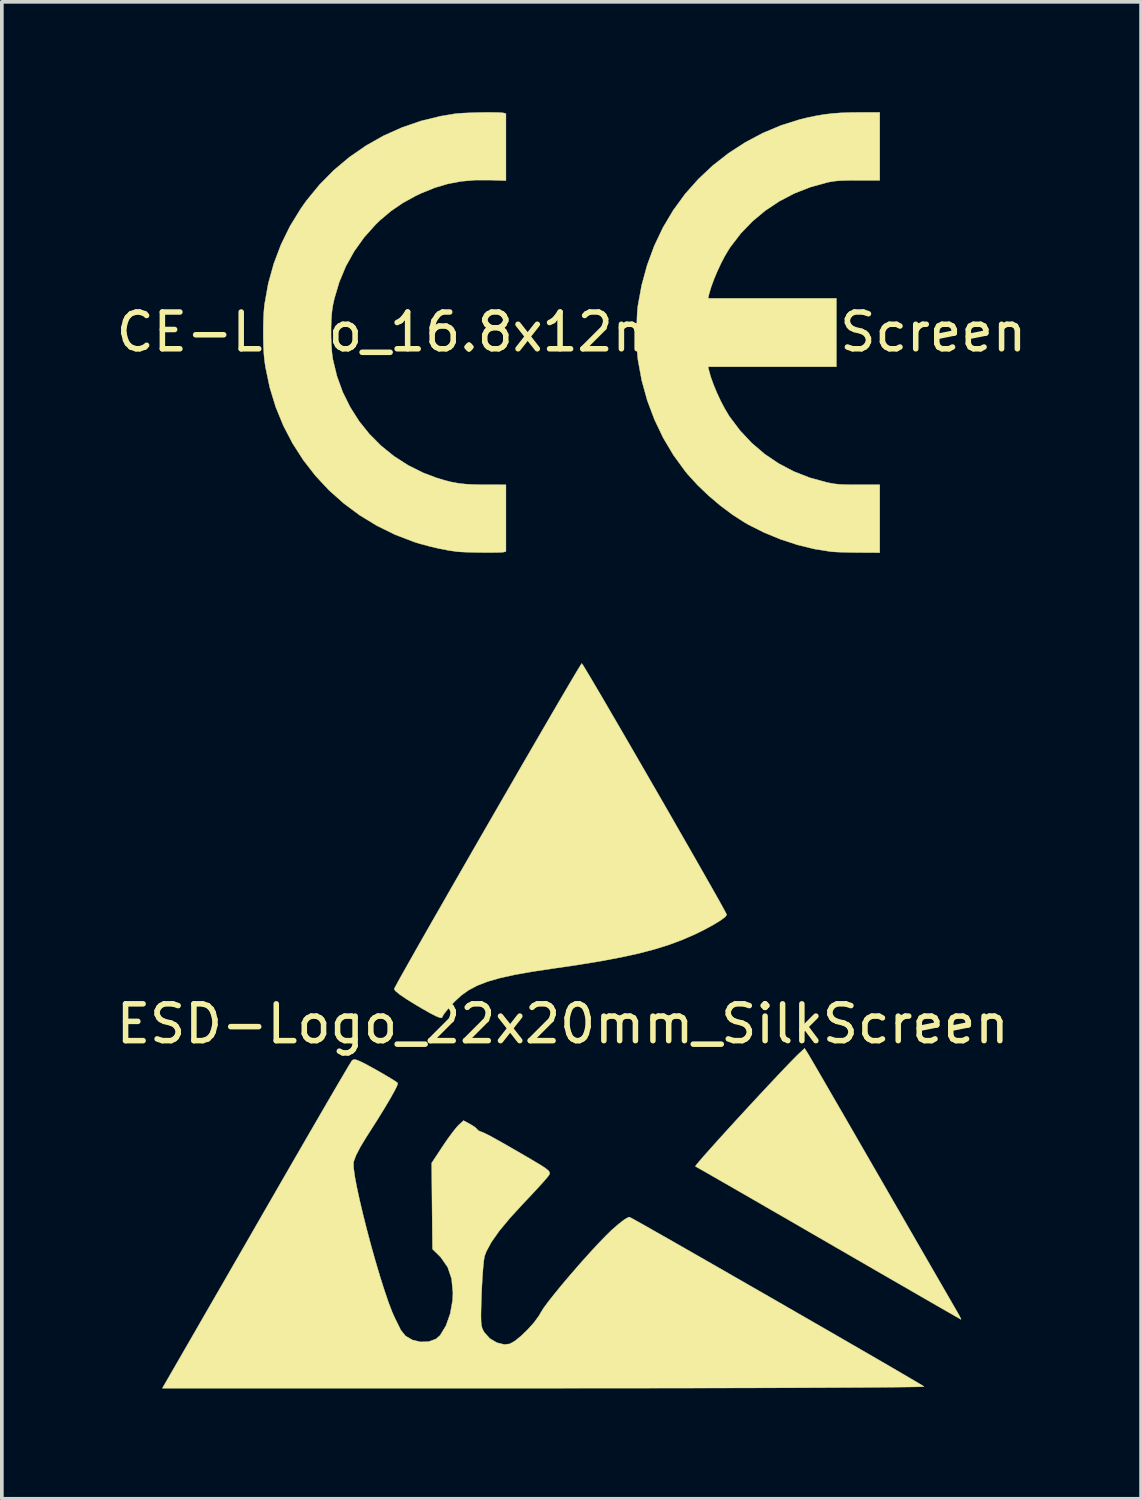
<source format=kicad_pcb>
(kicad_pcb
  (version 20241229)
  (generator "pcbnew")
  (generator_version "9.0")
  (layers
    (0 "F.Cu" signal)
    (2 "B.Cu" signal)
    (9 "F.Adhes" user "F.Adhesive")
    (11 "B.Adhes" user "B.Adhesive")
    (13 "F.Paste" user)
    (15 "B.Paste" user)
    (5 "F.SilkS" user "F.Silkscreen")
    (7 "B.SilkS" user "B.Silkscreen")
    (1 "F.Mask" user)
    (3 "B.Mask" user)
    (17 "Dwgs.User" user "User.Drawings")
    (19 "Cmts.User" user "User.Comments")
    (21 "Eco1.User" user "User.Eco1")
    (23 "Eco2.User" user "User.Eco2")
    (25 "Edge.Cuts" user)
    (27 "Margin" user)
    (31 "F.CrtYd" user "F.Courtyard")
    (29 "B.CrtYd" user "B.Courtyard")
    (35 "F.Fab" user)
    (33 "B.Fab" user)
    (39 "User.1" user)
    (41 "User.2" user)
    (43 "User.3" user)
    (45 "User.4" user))
  (footprint "CE-Logo_16.8x12mm_SilkScreen"
    (layer "F.Cu")
    (at 12.482 5.975)
    (property "Reference" "CE-Logo_16.8x12mm_SilkScreen" (at 0 0 0) (layer "F.SilkS") (effects (font (size 1 1) (thickness 0.15))))
    (attr exclude_from_pos_files exclude_from_bom allow_missing_courtyard)
    (fp_poly (pts (xy -2.1 -5.969) (xy -1.972 -5.966) (xy -1.88 -5.96) (xy -1.84 -5.954) (xy -1.781 -5.938) (xy -1.781 -4.116) (xy -2.195 -4.13) (xy -2.611 -4.13) (xy -2.995 -4.097) (xy -3.36 -4.028) (xy -3.718 -3.921) (xy -4.079 -3.775) (xy -4.229 -3.704) (xy -4.586 -3.508) (xy -4.908 -3.287) (xy -5.21 -3.032) (xy -5.327 -2.918) (xy -5.637 -2.571) (xy -5.906 -2.194) (xy -6.131 -1.789) (xy -6.311 -1.357) (xy -6.446 -0.903) (xy -6.486 -0.72) (xy -6.51 -0.554) (xy -6.526 -0.35) (xy -6.534 -0.123) (xy -6.534 0.113) (xy -6.526 0.344) (xy -6.51 0.555) (xy -6.487 0.733) (xy -6.484 0.746) (xy -6.374 1.199) (xy -6.217 1.631) (xy -6.015 2.039) (xy -5.773 2.421) (xy -5.491 2.773) (xy -5.173 3.092) (xy -4.821 3.376) (xy -4.438 3.622) (xy -4.027 3.827) (xy -3.663 3.964) (xy -3.459 4.026) (xy -3.272 4.074) (xy -3.088 4.108) (xy -2.896 4.131) (xy -2.682 4.144) (xy -2.433 4.149) (xy -2.324 4.15) (xy -1.781 4.149) (xy -1.781 5.964) (xy -1.84 5.98) (xy -1.89 5.986) (xy -1.983 5.99) (xy -2.109 5.992) (xy -2.259 5.993) (xy -2.422 5.992) (xy -2.591 5.99) (xy -2.753 5.986) (xy -2.902 5.981) (xy -3.025 5.975) (xy -3.115 5.968) (xy -3.116 5.967) (xy -3.34 5.935) (xy -3.592 5.886) (xy -3.855 5.825) (xy -4.107 5.757) (xy -4.268 5.708) (xy -4.791 5.508) (xy -5.287 5.264) (xy -5.754 4.98) (xy -6.19 4.656) (xy -6.593 4.297) (xy -6.96 3.903) (xy -7.29 3.478) (xy -7.581 3.024) (xy -7.831 2.543) (xy -8.038 2.037) (xy -8.2 1.509) (xy -8.315 0.961) (xy -8.341 0.786) (xy -8.358 0.618) (xy -8.37 0.412) (xy -8.376 0.182) (xy -8.377 -0.058) (xy -8.373 -0.293) (xy -8.364 -0.511) (xy -8.349 -0.696) (xy -8.341 -0.759) (xy -8.241 -1.319) (xy -8.091 -1.859) (xy -7.894 -2.38) (xy -7.649 -2.879) (xy -7.357 -3.355) (xy -7.201 -3.574) (xy -6.848 -4.005) (xy -6.46 -4.398) (xy -6.04 -4.751) (xy -5.59 -5.063) (xy -5.113 -5.333) (xy -4.612 -5.558) (xy -4.089 -5.738) (xy -3.547 -5.87) (xy -3.169 -5.933) (xy -3.065 -5.943) (xy -2.929 -5.952) (xy -2.77 -5.959) (xy -2.598 -5.965) (xy -2.422 -5.969) (xy -2.253 -5.97) (xy -2.1 -5.969)) (stroke (width 0.01) (type solid)) (fill yes) (layer "F.SilkS"))
    (fp_poly (pts (xy 8.379 -4.124) (xy 7.797 -4.124) (xy 7.595 -4.123) (xy 7.435 -4.12) (xy 7.308 -4.115) (xy 7.202 -4.107) (xy 7.108 -4.095) (xy 7.016 -4.079) (xy 6.948 -4.065) (xy 6.493 -3.939) (xy 6.059 -3.769) (xy 5.65 -3.555) (xy 5.268 -3.301) (xy 4.917 -3.008) (xy 4.601 -2.679) (xy 4.323 -2.317) (xy 4.275 -2.244) (xy 4.172 -2.072) (xy 4.067 -1.871) (xy 3.966 -1.655) (xy 3.875 -1.438) (xy 3.799 -1.232) (xy 3.745 -1.052) (xy 3.733 -1.002) (xy 3.714 -0.916) (xy 7.201 -0.916) (xy 7.201 0.943) (xy 3.714 0.943) (xy 3.733 1.028) (xy 3.782 1.209) (xy 3.857 1.418) (xy 3.949 1.643) (xy 4.054 1.868) (xy 4.166 2.081) (xy 4.277 2.268) (xy 4.296 2.297) (xy 4.581 2.676) (xy 4.9 3.016) (xy 5.251 3.316) (xy 5.634 3.574) (xy 6.044 3.79) (xy 6.482 3.961) (xy 6.944 4.087) (xy 6.955 4.089) (xy 7.06 4.11) (xy 7.155 4.126) (xy 7.254 4.137) (xy 7.365 4.144) (xy 7.5 4.148) (xy 7.67 4.15) (xy 7.81 4.15) (xy 8.379 4.15) (xy 8.379 5.996) (xy 7.81 5.993) (xy 7.628 5.991) (xy 7.45 5.987) (xy 7.288 5.982) (xy 7.154 5.976) (xy 7.058 5.969) (xy 7.044 5.967) (xy 6.598 5.896) (xy 6.139 5.783) (xy 5.68 5.632) (xy 5.233 5.448) (xy 4.811 5.236) (xy 4.7 5.172) (xy 4.377 4.964) (xy 4.048 4.718) (xy 3.728 4.447) (xy 3.429 4.161) (xy 3.164 3.871) (xy 3.092 3.784) (xy 2.772 3.345) (xy 2.493 2.875) (xy 2.255 2.377) (xy 2.06 1.858) (xy 1.911 1.32) (xy 1.809 0.77) (xy 1.804 0.733) (xy 1.791 0.591) (xy 1.781 0.412) (xy 1.775 0.208) (xy 1.773 -0.008) (xy 1.776 -0.222) (xy 1.782 -0.421) (xy 1.792 -0.592) (xy 1.804 -0.707) (xy 1.907 -1.271) (xy 2.056 -1.816) (xy 2.249 -2.34) (xy 2.486 -2.839) (xy 2.765 -3.309) (xy 3.085 -3.748) (xy 3.092 -3.757) (xy 3.449 -4.158) (xy 3.843 -4.528) (xy 4.269 -4.861) (xy 4.724 -5.156) (xy 5.201 -5.409) (xy 5.696 -5.617) (xy 6.204 -5.777) (xy 6.403 -5.826) (xy 6.648 -5.877) (xy 6.876 -5.915) (xy 7.101 -5.942) (xy 7.338 -5.959) (xy 7.602 -5.968) (xy 7.823 -5.97) (xy 8.379 -5.97) (xy 8.379 -4.124)) (stroke (width 0.01) (type solid)) (fill yes) (layer "F.SilkS")))
  (footprint "ESD-Logo_22x20mm_SilkScreen"
    (layer "F.Cu")
    (at 12.244 24.779)
    (property "Reference" "ESD-Logo_22x20mm_SilkScreen" (at 0 0 0) (layer "F.SilkS") (effects (font (size 1 1) (thickness 0.15))))
    (attr exclude_from_pos_files exclude_from_bom allow_missing_courtyard)
    (fp_poly (pts (xy 6.652 0.785) (xy 6.69 0.849) (xy 6.776 0.995) (xy 6.905 1.217) (xy 7.073 1.506) (xy 7.275 1.856) (xy 7.509 2.26) (xy 7.769 2.709) (xy 8.05 3.197) (xy 8.35 3.716) (xy 8.659 4.251) (xy 8.973 4.797) (xy 9.276 5.321) (xy 9.561 5.815) (xy 9.825 6.273) (xy 10.063 6.686) (xy 10.272 7.047) (xy 10.446 7.348) (xy 10.58 7.581) (xy 10.672 7.74) (xy 10.715 7.814) (xy 10.786 7.94) (xy 10.824 8.019) (xy 10.826 8.032) (xy 10.779 8.007) (xy 10.65 7.933) (xy 10.444 7.815) (xy 10.169 7.657) (xy 9.831 7.462) (xy 9.438 7.235) (xy 8.995 6.98) (xy 8.51 6.7) (xy 7.99 6.399) (xy 7.44 6.081) (xy 7.231 5.96) (xy 6.672 5.637) (xy 6.139 5.328) (xy 5.637 5.039) (xy 5.176 4.772) (xy 4.76 4.533) (xy 4.397 4.324) (xy 4.094 4.15) (xy 3.858 4.015) (xy 3.696 3.923) (xy 3.614 3.877) (xy 3.605 3.872) (xy 3.63 3.833) (xy 3.717 3.728) (xy 3.858 3.566) (xy 4.042 3.359) (xy 4.262 3.114) (xy 4.509 2.842) (xy 4.773 2.553) (xy 5.046 2.257) (xy 5.319 1.962) (xy 5.583 1.679) (xy 5.829 1.417) (xy 6.048 1.186) (xy 6.231 0.996) (xy 6.369 0.857) (xy 6.417 0.811) (xy 6.574 0.663) (xy 6.652 0.785)) (stroke (width 0.01) (type solid)) (fill yes) (layer "F.SilkS"))
    (fp_poly (pts (xy 0.549 -9.754) (xy 0.626 -9.628) (xy 0.745 -9.43) (xy 0.9 -9.167) (xy 1.088 -8.848) (xy 1.302 -8.48) (xy 1.539 -8.074) (xy 1.793 -7.636) (xy 2.059 -7.176) (xy 2.333 -6.702) (xy 2.61 -6.222) (xy 2.885 -5.745) (xy 3.152 -5.279) (xy 3.408 -4.833) (xy 3.647 -4.415) (xy 3.864 -4.034) (xy 4.055 -3.698) (xy 4.215 -3.415) (xy 4.338 -3.194) (xy 4.42 -3.043) (xy 4.457 -2.971) (xy 4.458 -2.966) (xy 4.413 -2.905) (xy 4.288 -2.812) (xy 4.097 -2.695) (xy 3.857 -2.565) (xy 3.605 -2.44) (xy 3.262 -2.29) (xy 2.901 -2.155) (xy 2.51 -2.032) (xy 2.077 -1.918) (xy 1.589 -1.811) (xy 1.033 -1.706) (xy 0.398 -1.602) (xy -0.259 -1.506) (xy -0.831 -1.42) (xy -1.31 -1.335) (xy -1.71 -1.246) (xy -2.043 -1.15) (xy -2.32 -1.043) (xy -2.554 -0.919) (xy -2.756 -0.775) (xy -2.939 -0.606) (xy -2.998 -0.544) (xy -3.126 -0.398) (xy -3.221 -0.279) (xy -3.265 -0.209) (xy -3.266 -0.203) (xy -3.281 -0.168) (xy -3.334 -0.168) (xy -3.436 -0.207) (xy -3.598 -0.29) (xy -3.83 -0.422) (xy -3.991 -0.517) (xy -4.232 -0.665) (xy -4.419 -0.792) (xy -4.54 -0.889) (xy -4.582 -0.946) (xy -4.582 -0.946) (xy -4.555 -1.001) (xy -4.482 -1.137) (xy -4.365 -1.347) (xy -4.209 -1.624) (xy -4.019 -1.961) (xy -3.798 -2.349) (xy -3.551 -2.783) (xy -3.281 -3.253) (xy -2.995 -3.754) (xy -2.695 -4.276) (xy -2.386 -4.814) (xy -2.072 -5.359) (xy -1.757 -5.905) (xy -1.446 -6.443) (xy -1.144 -6.967) (xy -0.853 -7.468) (xy -0.579 -7.94) (xy -0.326 -8.375) (xy -0.098 -8.766) (xy 0.101 -9.105) (xy 0.266 -9.385) (xy 0.393 -9.598) (xy 0.478 -9.738) (xy 0.517 -9.796) (xy 0.519 -9.797) (xy 0.549 -9.754)) (stroke (width 0.01) (type solid)) (fill yes) (layer "F.SilkS"))
    (fp_poly (pts (xy -5.616 0.974) (xy -5.507 1.017) (xy -5.341 1.1) (xy -5.103 1.231) (xy -5.084 1.242) (xy -4.865 1.367) (xy -4.68 1.477) (xy -4.547 1.56) (xy -4.485 1.606) (xy -4.483 1.608) (xy -4.498 1.671) (xy -4.567 1.813) (xy -4.685 2.024) (xy -4.848 2.299) (xy -5.051 2.628) (xy -5.291 3.004) (xy -5.35 3.096) (xy -5.505 3.353) (xy -5.618 3.573) (xy -5.679 3.738) (xy -5.685 3.77) (xy -5.683 3.914) (xy -5.652 4.141) (xy -5.596 4.438) (xy -5.52 4.789) (xy -5.427 5.181) (xy -5.322 5.598) (xy -5.208 6.027) (xy -5.088 6.452) (xy -4.967 6.859) (xy -4.849 7.233) (xy -4.738 7.56) (xy -4.637 7.825) (xy -4.567 7.983) (xy -4.484 8.151) (xy -4.405 8.311) (xy -4.401 8.32) (xy -4.272 8.482) (xy -4.083 8.591) (xy -3.863 8.643) (xy -3.64 8.635) (xy -3.443 8.562) (xy -3.333 8.466) (xy -3.173 8.202) (xy -3.057 7.873) (xy -2.993 7.513) (xy -2.984 7.309) (xy -3.02 6.928) (xy -3.127 6.612) (xy -3.311 6.347) (xy -3.368 6.288) (xy -3.539 6.122) (xy -3.551 4.951) (xy -3.562 3.78) (xy -3.264 3.329) (xy -3.124 3.124) (xy -2.989 2.94) (xy -2.879 2.803) (xy -2.831 2.752) (xy -2.697 2.627) (xy -2.515 2.725) (xy -2.4 2.795) (xy -2.337 2.85) (xy -2.333 2.859) (xy -2.29 2.901) (xy -2.216 2.932) (xy -2.145 2.96) (xy -2.036 3.013) (xy -1.88 3.096) (xy -1.667 3.215) (xy -1.389 3.374) (xy -1.035 3.579) (xy -0.843 3.691) (xy -0.617 3.826) (xy -0.469 3.921) (xy -0.385 3.99) (xy -0.353 4.042) (xy -0.36 4.088) (xy -0.365 4.099) (xy -0.417 4.168) (xy -0.528 4.296) (xy -0.686 4.47) (xy -0.877 4.676) (xy -1.042 4.85) (xy -1.422 5.263) (xy -1.72 5.621) (xy -1.937 5.928) (xy -2.077 6.187) (xy -2.125 6.319) (xy -2.144 6.434) (xy -2.164 6.63) (xy -2.183 6.885) (xy -2.199 7.177) (xy -2.207 7.361) (xy -2.217 7.679) (xy -2.222 7.912) (xy -2.219 8.078) (xy -2.208 8.193) (xy -2.187 8.276) (xy -2.154 8.345) (xy -2.128 8.388) (xy -1.98 8.551) (xy -1.789 8.664) (xy -1.587 8.714) (xy -1.437 8.696) (xy -1.3 8.618) (xy -1.129 8.479) (xy -0.947 8.303) (xy -0.779 8.115) (xy -0.648 7.937) (xy -0.599 7.852) (xy -0.527 7.734) (xy -0.396 7.555) (xy -0.217 7.329) (xy -0.004 7.069) (xy 0.233 6.79) (xy 0.481 6.505) (xy 0.728 6.229) (xy 0.963 5.975) (xy 1.172 5.758) (xy 1.336 5.598) (xy 1.519 5.439) (xy 1.672 5.321) (xy 1.78 5.258) (xy 1.816 5.251) (xy 1.87 5.279) (xy 2.007 5.355) (xy 2.218 5.473) (xy 2.494 5.63) (xy 2.829 5.82) (xy 3.214 6.04) (xy 3.642 6.285) (xy 4.104 6.549) (xy 4.593 6.83) (xy 5.1 7.121) (xy 5.619 7.419) (xy 6.14 7.719) (xy 6.657 8.017) (xy 7.161 8.307) (xy 7.644 8.586) (xy 8.099 8.849) (xy 8.517 9.091) (xy 8.891 9.308) (xy 9.213 9.496) (xy 9.474 9.649) (xy 9.668 9.763) (xy 9.786 9.834) (xy 9.82 9.857) (xy 9.774 9.861) (xy 9.629 9.865) (xy 9.391 9.869) (xy 9.062 9.873) (xy 8.65 9.877) (xy 8.158 9.881) (xy 7.591 9.884) (xy 6.954 9.887) (xy 6.253 9.89) (xy 5.491 9.893) (xy 4.673 9.895) (xy 3.805 9.897) (xy 2.891 9.898) (xy 1.936 9.9) (xy 0.946 9.9) (xy -0.077 9.901) (xy -0.506 9.901) (xy -10.881 9.901) (xy -10.141 8.618) (xy -9.984 8.346) (xy -9.783 7.996) (xy -9.543 7.58) (xy -9.271 7.109) (xy -8.975 6.595) (xy -8.661 6.05) (xy -8.336 5.485) (xy -8.006 4.912) (xy -7.678 4.343) (xy -7.595 4.199) (xy -7.292 3.674) (xy -7.004 3.176) (xy -6.734 2.71) (xy -6.487 2.284) (xy -6.267 1.906) (xy -6.078 1.583) (xy -5.925 1.323) (xy -5.812 1.132) (xy -5.743 1.02) (xy -5.723 0.991) (xy -5.683 0.968) (xy -5.616 0.974)) (stroke (width 0.01) (type solid)) (fill yes) (layer "F.SilkS")))
  (gr_rect
    (start -3 -3)
    (end 27.964 37.685)
    (stroke (width 0.1) (type default))
    (fill no)
    (layer "Edge.Cuts")))
</source>
